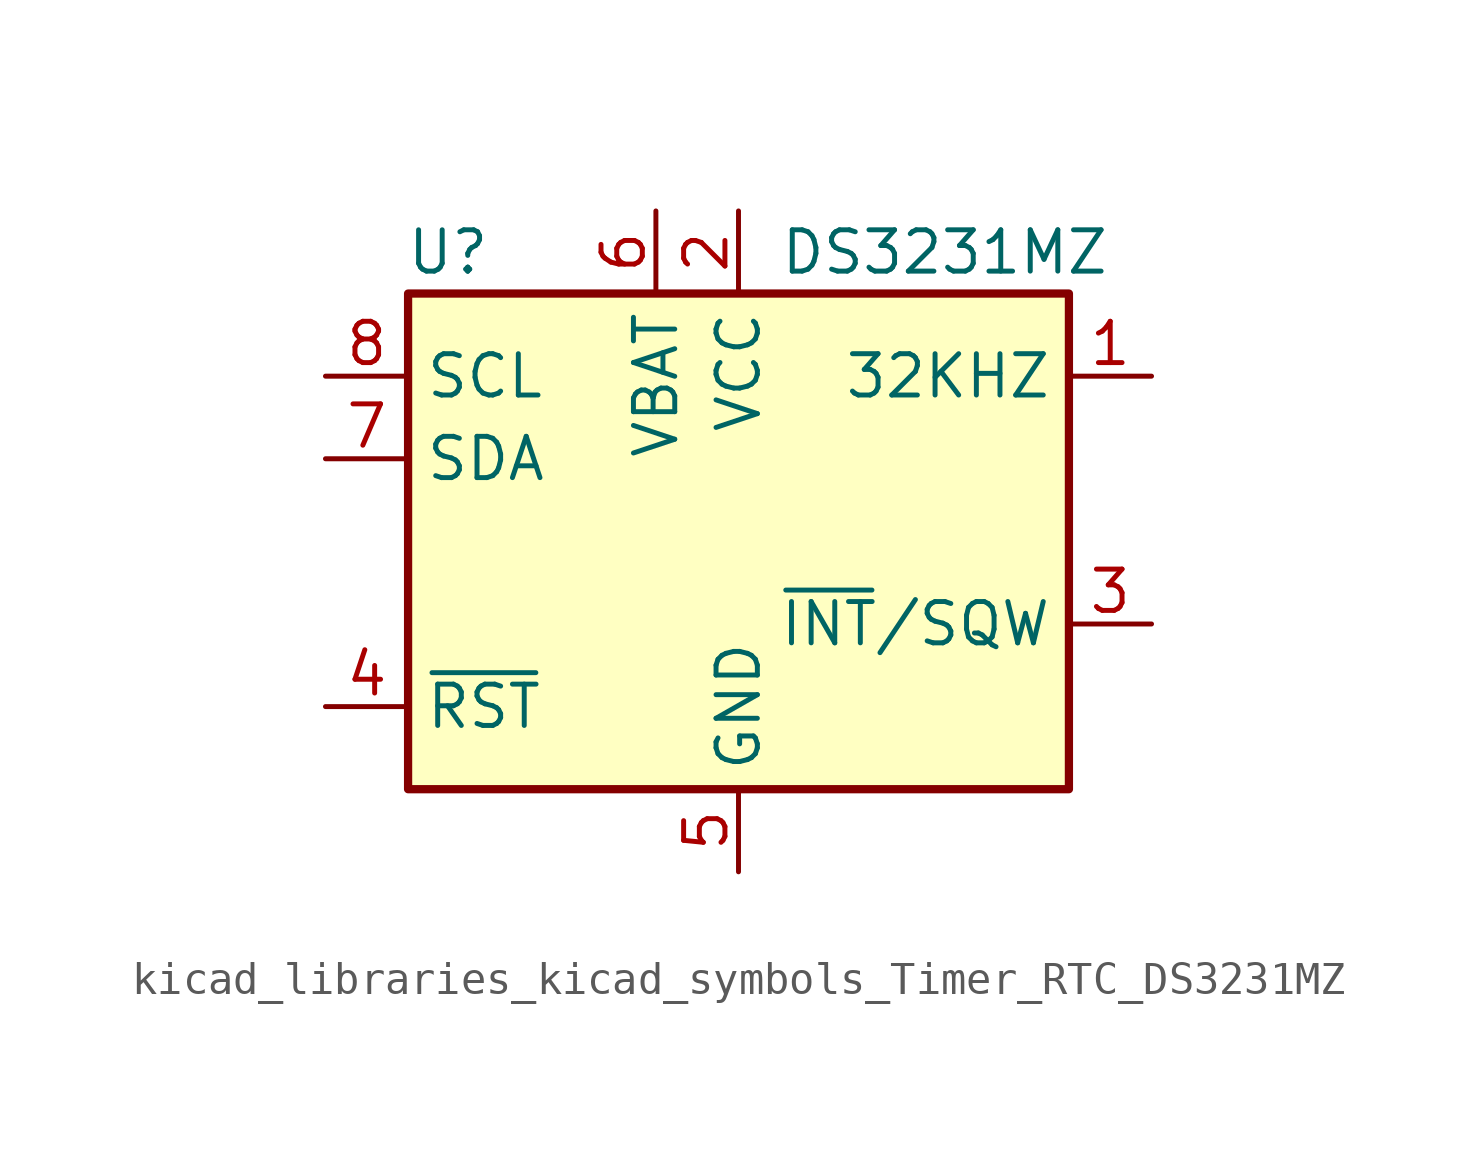
<source format=kicad_sym>
(kicad_symbol_lib
  (version 20220914)
  (generator kicad_symbol_editor)
  (symbol "kicad_libraries_kicad_symbols_Timer_RTC_DS3231MZ"
    (property "Reference" "U"
      (at -7.62 8.89 0)
      (effects (font (size 1.27 1.27)) (justify right)))
    (property "Value" "DS3231MZ"
      (at 11.43 8.89 0)
      (effects (font (size 1.27 1.27)) (justify right)))
    (symbol "kicad_libraries_kicad_symbols_Timer_RTC_DS3231MZ_0_1"
      (rectangle (start -10.16 7.62) (end 10.16 -7.62) (stroke (width 0.254) (type default)) (fill (type background))))
    (symbol "kicad_libraries_kicad_symbols_Timer_RTC_DS3231MZ_1_1"
      (pin open_collector line (at 12.7 5.08 180) (length 2.54) (name "32KHZ" (effects (font (size 1.27 1.27)))) (number "1" (effects (font (size 1.27 1.27)))))
      (pin power_in line (at 0 10.16 270) (length 2.54) (name "VCC" (effects (font (size 1.27 1.27)))) (number "2" (effects (font (size 1.27 1.27)))))
      (pin open_collector line (at 12.7 -2.54 180) (length 2.54) (name "~{INT}/SQW" (effects (font (size 1.27 1.27)))) (number "3" (effects (font (size 1.27 1.27)))))
      (pin bidirectional line (at -12.7 -5.08 0) (length 2.54) (name "~{RST}" (effects (font (size 1.27 1.27)))) (number "4" (effects (font (size 1.27 1.27)))))
      (pin power_in line (at 0 -10.16 90) (length 2.54) (name "GND" (effects (font (size 1.27 1.27)))) (number "5" (effects (font (size 1.27 1.27)))))
      (pin power_in line (at -2.54 10.16 270) (length 2.54) (name "VBAT" (effects (font (size 1.27 1.27)))) (number "6" (effects (font (size 1.27 1.27)))))
      (pin bidirectional line (at -12.7 2.54 0) (length 2.54) (name "SDA" (effects (font (size 1.27 1.27)))) (number "7" (effects (font (size 1.27 1.27)))))
      (pin input line (at -12.7 5.08 0) (length 2.54) (name "SCL" (effects (font (size 1.27 1.27)))) (number "8" (effects (font (size 1.27 1.27))))))))
</source>
